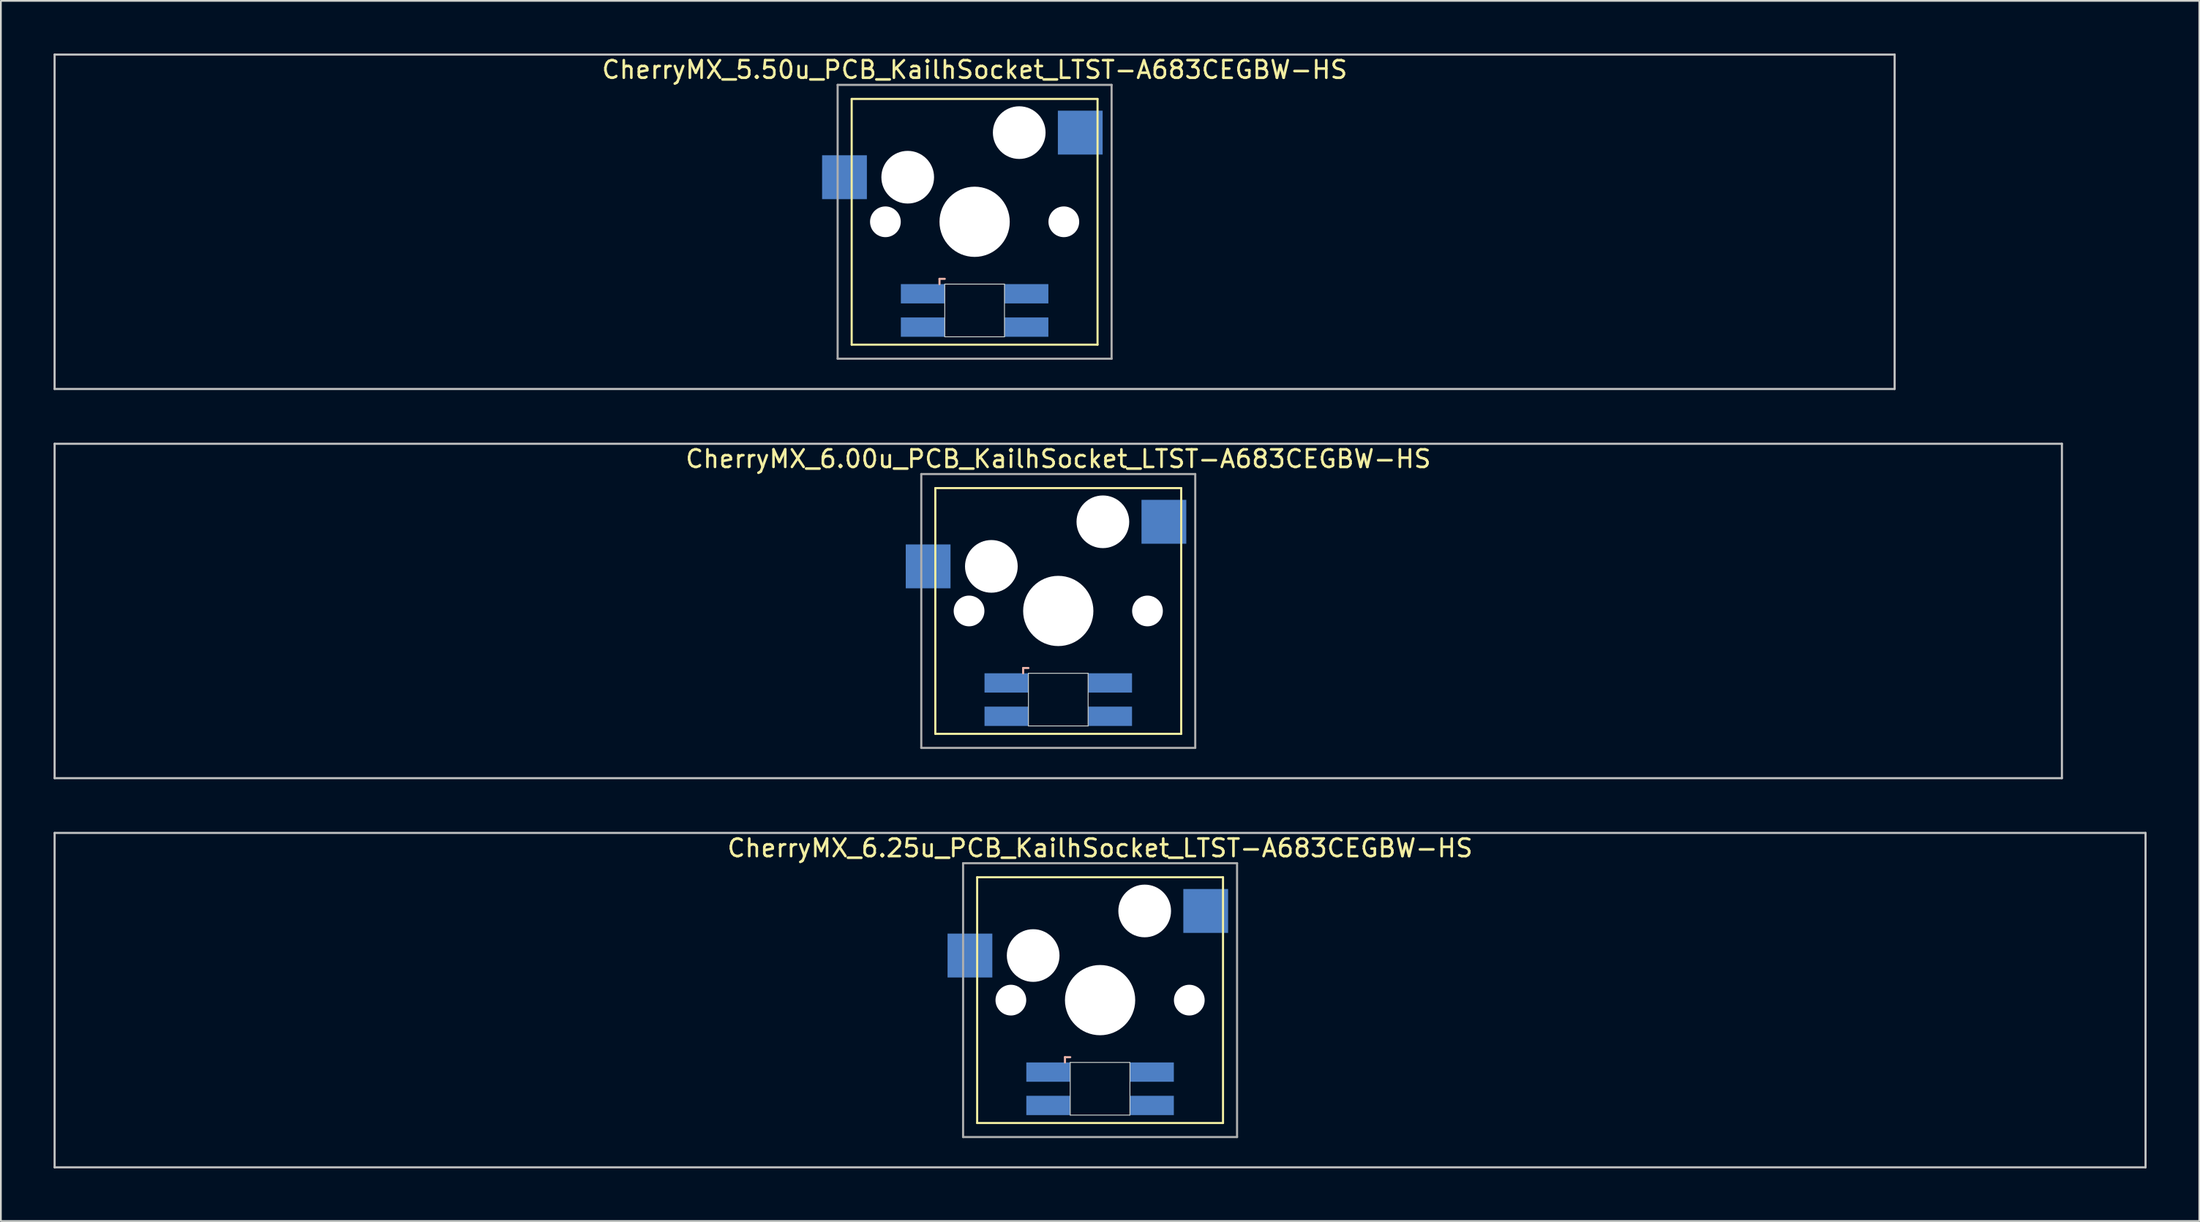
<source format=kicad_pcb>
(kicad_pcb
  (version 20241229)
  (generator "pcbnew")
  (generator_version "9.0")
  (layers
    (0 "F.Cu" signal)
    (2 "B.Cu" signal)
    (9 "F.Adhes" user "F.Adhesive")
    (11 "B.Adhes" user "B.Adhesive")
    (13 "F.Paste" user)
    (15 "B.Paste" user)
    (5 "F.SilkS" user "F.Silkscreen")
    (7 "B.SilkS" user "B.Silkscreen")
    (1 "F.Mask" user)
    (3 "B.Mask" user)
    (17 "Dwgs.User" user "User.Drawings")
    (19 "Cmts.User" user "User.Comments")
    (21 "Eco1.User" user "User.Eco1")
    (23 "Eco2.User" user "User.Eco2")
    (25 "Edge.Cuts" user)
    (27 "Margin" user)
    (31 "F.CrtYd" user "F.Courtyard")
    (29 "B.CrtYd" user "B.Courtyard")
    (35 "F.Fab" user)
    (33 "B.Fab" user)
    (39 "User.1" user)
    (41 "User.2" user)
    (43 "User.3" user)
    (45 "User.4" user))
  (footprint "CherryMX_6.00u_PCB_KailhSocket_LTST-A683CEGBW-HS"
    (layer "F.Cu")
    (at 57.21 31.755)
    (property "Reference" "CherryMX_6.00u_PCB_KailhSocket_LTST-A683CEGBW-HS" (at 0 -8.662 0) (layer "F.SilkS") (effects (font (size 1 1) (thickness 0.15))))
    (attr through_hole)
    (fp_line (start -7 -7) (end -7 7) (stroke (width 0.12) (type solid)) (layer "F.SilkS"))
    (fp_line (start -7 -7) (end 7 -7) (stroke (width 0.12) (type solid)) (layer "F.SilkS"))
    (fp_line (start 7 -7) (end 7 7) (stroke (width 0.12) (type solid)) (layer "F.SilkS"))
    (fp_line (start 7 7) (end -7 7) (stroke (width 0.12) (type solid)) (layer "F.SilkS"))
    (fp_line (start -2 3.25) (end -2 3.55) (stroke (width 0.12) (type solid)) (layer "B.SilkS"))
    (fp_line (start -1.7 3.25) (end -2 3.25) (stroke (width 0.12) (type solid)) (layer "B.SilkS"))
    (fp_line (start -57.15 -9.525) (end 57.15 -9.525) (stroke (width 0.12) (type solid)) (layer "Dwgs.User"))
    (fp_line (start -57.15 9.525) (end -57.15 -9.525) (stroke (width 0.12) (type solid)) (layer "Dwgs.User"))
    (fp_line (start 57.15 -9.525) (end 57.15 9.525) (stroke (width 0.12) (type solid)) (layer "Dwgs.User"))
    (fp_line (start 57.15 9.525) (end -57.15 9.525) (stroke (width 0.12) (type solid)) (layer "Dwgs.User"))
    (fp_line (start -1.7 3.55) (end 1.7 3.55) (stroke (width 0.05) (type solid)) (layer "Edge.Cuts"))
    (fp_line (start -1.7 6.55) (end -1.7 3.55) (stroke (width 0.05) (type solid)) (layer "Edge.Cuts"))
    (fp_line (start 1.7 3.55) (end 1.7 6.55) (stroke (width 0.05) (type solid)) (layer "Edge.Cuts"))
    (fp_line (start 1.7 6.55) (end -1.7 6.55) (stroke (width 0.05) (type solid)) (layer "Edge.Cuts"))
    (fp_line (start -7.8 -7.8) (end -7.8 7.8) (stroke (width 0.12) (type solid)) (layer "F.Fab"))
    (fp_line (start -7.8 -7.8) (end 7.8 -7.8) (stroke (width 0.12) (type solid)) (layer "F.Fab"))
    (fp_line (start -7.8 7.8) (end 7.8 7.8) (stroke (width 0.12) (type solid)) (layer "F.Fab"))
    (fp_line (start 7.8 -7.8) (end 7.8 7.8) (stroke (width 0.12) (type solid)) (layer "F.Fab"))
    (pad "" np_thru_hole circle (at -5.08 0) (size 1.75 1.75) (drill 1.75) (layers "*.Cu" "*.Mask"))
    (pad "" np_thru_hole circle (at -3.81 -2.54) (size 3 3) (drill 3) (layers "*.Cu" "*.Mask"))
    (pad "" np_thru_hole circle (at 0 0) (size 4 4) (drill 4) (layers "*.Cu" "*.Mask"))
    (pad "" np_thru_hole circle (at 2.54 -5.08) (size 3 3) (drill 3) (layers "*.Cu" "*.Mask"))
    (pad "" np_thru_hole circle (at 5.08 0) (size 1.75 1.75) (drill 1.75) (layers "*.Cu" "*.Mask"))
    (pad "1" smd rect (at -7.41 -2.54) (size 2.55 2.5) (layers "B.Cu" "B.Mask" "B.Paste"))
    (pad "2" smd rect (at 6.015 -5.08) (size 2.55 2.5) (layers "B.Cu" "B.Mask" "B.Paste"))
    (pad "3" smd rect (at -2.95 4.1) (size 2.5 1.1) (layers "B.Cu" "B.Mask" "B.Paste"))
    (pad "4" smd rect (at -2.95 6) (size 2.5 1.1) (layers "B.Cu" "B.Mask" "B.Paste"))
    (pad "5" smd rect (at 2.95 4.1) (size 2.5 1.1) (layers "B.Cu" "B.Mask" "B.Paste"))
    (pad "6" smd rect (at 2.95 6) (size 2.5 1.1) (layers "B.Cu" "B.Mask" "B.Paste")))
  (footprint "CherryMX_6.25u_PCB_KailhSocket_LTST-A683CEGBW-HS"
    (layer "F.Cu")
    (at 59.591 53.925)
    (property "Reference" "CherryMX_6.25u_PCB_KailhSocket_LTST-A683CEGBW-HS" (at 0 -8.662 0) (layer "F.SilkS") (effects (font (size 1 1) (thickness 0.15))))
    (attr through_hole)
    (fp_line (start -7 -7) (end -7 7) (stroke (width 0.12) (type solid)) (layer "F.SilkS"))
    (fp_line (start -7 -7) (end 7 -7) (stroke (width 0.12) (type solid)) (layer "F.SilkS"))
    (fp_line (start 7 -7) (end 7 7) (stroke (width 0.12) (type solid)) (layer "F.SilkS"))
    (fp_line (start 7 7) (end -7 7) (stroke (width 0.12) (type solid)) (layer "F.SilkS"))
    (fp_line (start -2 3.25) (end -2 3.55) (stroke (width 0.12) (type solid)) (layer "B.SilkS"))
    (fp_line (start -1.7 3.25) (end -2 3.25) (stroke (width 0.12) (type solid)) (layer "B.SilkS"))
    (fp_line (start -59.531 -9.525) (end 59.531 -9.525) (stroke (width 0.12) (type solid)) (layer "Dwgs.User"))
    (fp_line (start -59.531 9.525) (end -59.531 -9.525) (stroke (width 0.12) (type solid)) (layer "Dwgs.User"))
    (fp_line (start 59.531 -9.525) (end 59.531 9.525) (stroke (width 0.12) (type solid)) (layer "Dwgs.User"))
    (fp_line (start 59.531 9.525) (end -59.531 9.525) (stroke (width 0.12) (type solid)) (layer "Dwgs.User"))
    (fp_line (start -1.7 3.55) (end 1.7 3.55) (stroke (width 0.05) (type solid)) (layer "Edge.Cuts"))
    (fp_line (start -1.7 6.55) (end -1.7 3.55) (stroke (width 0.05) (type solid)) (layer "Edge.Cuts"))
    (fp_line (start 1.7 3.55) (end 1.7 6.55) (stroke (width 0.05) (type solid)) (layer "Edge.Cuts"))
    (fp_line (start 1.7 6.55) (end -1.7 6.55) (stroke (width 0.05) (type solid)) (layer "Edge.Cuts"))
    (fp_line (start -7.8 -7.8) (end -7.8 7.8) (stroke (width 0.12) (type solid)) (layer "F.Fab"))
    (fp_line (start -7.8 -7.8) (end 7.8 -7.8) (stroke (width 0.12) (type solid)) (layer "F.Fab"))
    (fp_line (start -7.8 7.8) (end 7.8 7.8) (stroke (width 0.12) (type solid)) (layer "F.Fab"))
    (fp_line (start 7.8 -7.8) (end 7.8 7.8) (stroke (width 0.12) (type solid)) (layer "F.Fab"))
    (pad "" np_thru_hole circle (at -5.08 0) (size 1.75 1.75) (drill 1.75) (layers "*.Cu" "*.Mask"))
    (pad "" np_thru_hole circle (at -3.81 -2.54) (size 3 3) (drill 3) (layers "*.Cu" "*.Mask"))
    (pad "" np_thru_hole circle (at 0 0) (size 4 4) (drill 4) (layers "*.Cu" "*.Mask"))
    (pad "" np_thru_hole circle (at 2.54 -5.08) (size 3 3) (drill 3) (layers "*.Cu" "*.Mask"))
    (pad "" np_thru_hole circle (at 5.08 0) (size 1.75 1.75) (drill 1.75) (layers "*.Cu" "*.Mask"))
    (pad "1" smd rect (at -7.41 -2.54) (size 2.55 2.5) (layers "B.Cu" "B.Mask" "B.Paste"))
    (pad "2" smd rect (at 6.015 -5.08) (size 2.55 2.5) (layers "B.Cu" "B.Mask" "B.Paste"))
    (pad "3" smd rect (at -2.95 4.1) (size 2.5 1.1) (layers "B.Cu" "B.Mask" "B.Paste"))
    (pad "4" smd rect (at -2.95 6) (size 2.5 1.1) (layers "B.Cu" "B.Mask" "B.Paste"))
    (pad "5" smd rect (at 2.95 4.1) (size 2.5 1.1) (layers "B.Cu" "B.Mask" "B.Paste"))
    (pad "6" smd rect (at 2.95 6) (size 2.5 1.1) (layers "B.Cu" "B.Mask" "B.Paste")))
  (footprint "CherryMX_5.50u_PCB_KailhSocket_LTST-A683CEGBW-HS"
    (layer "F.Cu")
    (at 52.447 9.585)
    (property "Reference" "CherryMX_5.50u_PCB_KailhSocket_LTST-A683CEGBW-HS" (at 0 -8.662 0) (layer "F.SilkS") (effects (font (size 1 1) (thickness 0.15))))
    (attr through_hole)
    (fp_line (start -7 -7) (end -7 7) (stroke (width 0.12) (type solid)) (layer "F.SilkS"))
    (fp_line (start -7 -7) (end 7 -7) (stroke (width 0.12) (type solid)) (layer "F.SilkS"))
    (fp_line (start 7 -7) (end 7 7) (stroke (width 0.12) (type solid)) (layer "F.SilkS"))
    (fp_line (start 7 7) (end -7 7) (stroke (width 0.12) (type solid)) (layer "F.SilkS"))
    (fp_line (start -2 3.25) (end -2 3.55) (stroke (width 0.12) (type solid)) (layer "B.SilkS"))
    (fp_line (start -1.7 3.25) (end -2 3.25) (stroke (width 0.12) (type solid)) (layer "B.SilkS"))
    (fp_line (start -52.388 -9.525) (end 52.388 -9.525) (stroke (width 0.12) (type solid)) (layer "Dwgs.User"))
    (fp_line (start -52.388 9.525) (end -52.388 -9.525) (stroke (width 0.12) (type solid)) (layer "Dwgs.User"))
    (fp_line (start 52.388 -9.525) (end 52.388 9.525) (stroke (width 0.12) (type solid)) (layer "Dwgs.User"))
    (fp_line (start 52.388 9.525) (end -52.388 9.525) (stroke (width 0.12) (type solid)) (layer "Dwgs.User"))
    (fp_line (start -1.7 3.55) (end 1.7 3.55) (stroke (width 0.05) (type solid)) (layer "Edge.Cuts"))
    (fp_line (start -1.7 6.55) (end -1.7 3.55) (stroke (width 0.05) (type solid)) (layer "Edge.Cuts"))
    (fp_line (start 1.7 3.55) (end 1.7 6.55) (stroke (width 0.05) (type solid)) (layer "Edge.Cuts"))
    (fp_line (start 1.7 6.55) (end -1.7 6.55) (stroke (width 0.05) (type solid)) (layer "Edge.Cuts"))
    (fp_line (start -7.8 -7.8) (end -7.8 7.8) (stroke (width 0.12) (type solid)) (layer "F.Fab"))
    (fp_line (start -7.8 -7.8) (end 7.8 -7.8) (stroke (width 0.12) (type solid)) (layer "F.Fab"))
    (fp_line (start -7.8 7.8) (end 7.8 7.8) (stroke (width 0.12) (type solid)) (layer "F.Fab"))
    (fp_line (start 7.8 -7.8) (end 7.8 7.8) (stroke (width 0.12) (type solid)) (layer "F.Fab"))
    (pad "" np_thru_hole circle (at -5.08 0) (size 1.75 1.75) (drill 1.75) (layers "*.Cu" "*.Mask"))
    (pad "" np_thru_hole circle (at -3.81 -2.54) (size 3 3) (drill 3) (layers "*.Cu" "*.Mask"))
    (pad "" np_thru_hole circle (at 0 0) (size 4 4) (drill 4) (layers "*.Cu" "*.Mask"))
    (pad "" np_thru_hole circle (at 2.54 -5.08) (size 3 3) (drill 3) (layers "*.Cu" "*.Mask"))
    (pad "" np_thru_hole circle (at 5.08 0) (size 1.75 1.75) (drill 1.75) (layers "*.Cu" "*.Mask"))
    (pad "1" smd rect (at -7.41 -2.54) (size 2.55 2.5) (layers "B.Cu" "B.Mask" "B.Paste"))
    (pad "2" smd rect (at 6.015 -5.08) (size 2.55 2.5) (layers "B.Cu" "B.Mask" "B.Paste"))
    (pad "3" smd rect (at -2.95 4.1) (size 2.5 1.1) (layers "B.Cu" "B.Mask" "B.Paste"))
    (pad "4" smd rect (at -2.95 6) (size 2.5 1.1) (layers "B.Cu" "B.Mask" "B.Paste"))
    (pad "5" smd rect (at 2.95 4.1) (size 2.5 1.1) (layers "B.Cu" "B.Mask" "B.Paste"))
    (pad "6" smd rect (at 2.95 6) (size 2.5 1.1) (layers "B.Cu" "B.Mask" "B.Paste")))
  (gr_rect
    (start -3 -3)
    (end 122.183 66.51)
    (stroke (width 0.1) (type default))
    (fill no)
    (layer "Edge.Cuts")))
</source>
